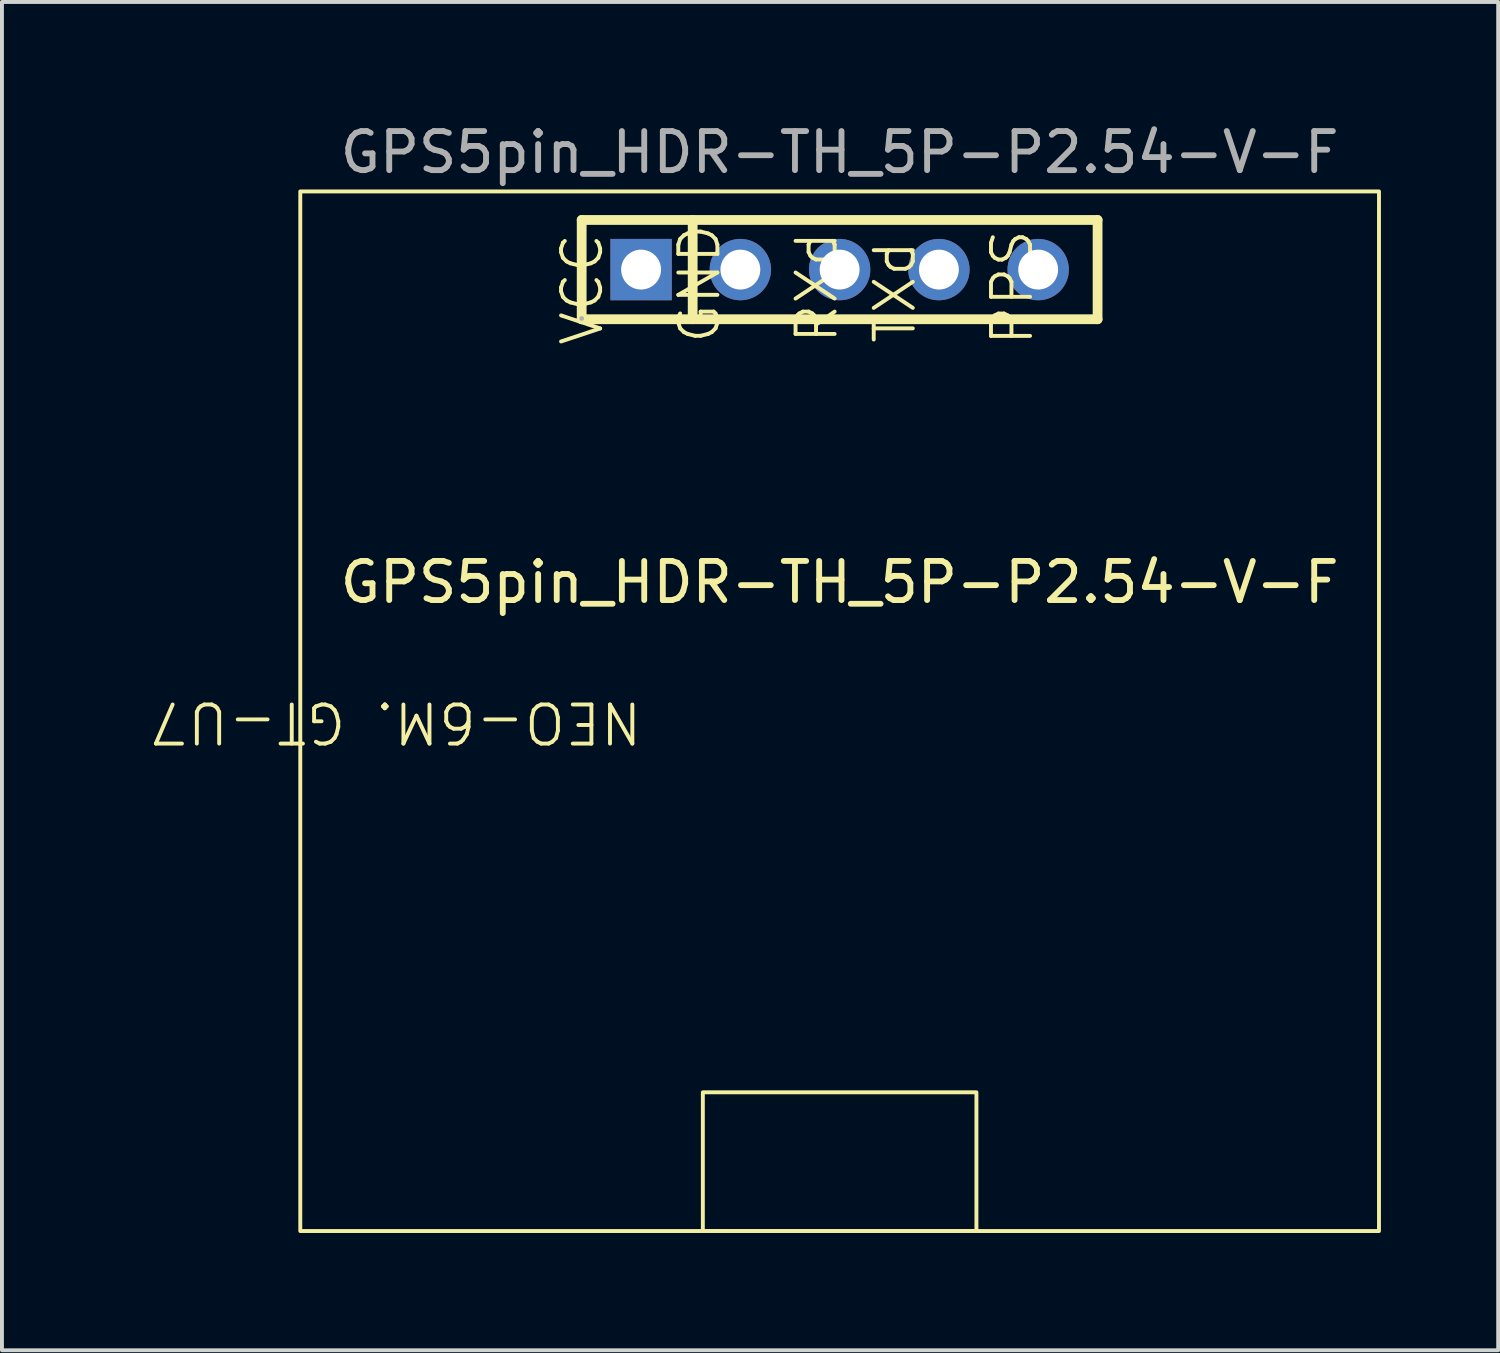
<source format=kicad_pcb>
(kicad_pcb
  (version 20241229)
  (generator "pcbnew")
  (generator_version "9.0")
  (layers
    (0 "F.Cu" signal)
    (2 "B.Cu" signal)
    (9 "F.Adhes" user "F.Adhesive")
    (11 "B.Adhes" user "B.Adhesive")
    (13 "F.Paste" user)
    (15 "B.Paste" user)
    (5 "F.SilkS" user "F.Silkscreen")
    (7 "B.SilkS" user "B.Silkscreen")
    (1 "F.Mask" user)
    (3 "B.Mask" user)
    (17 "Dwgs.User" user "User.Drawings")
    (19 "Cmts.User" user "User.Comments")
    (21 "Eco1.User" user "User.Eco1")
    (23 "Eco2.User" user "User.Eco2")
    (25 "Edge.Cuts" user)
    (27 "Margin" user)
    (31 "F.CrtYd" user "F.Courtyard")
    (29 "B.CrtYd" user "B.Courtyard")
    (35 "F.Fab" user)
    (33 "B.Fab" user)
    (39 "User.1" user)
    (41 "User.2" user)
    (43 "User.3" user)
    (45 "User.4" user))
  (footprint "GPS5pin_HDR-TH_5P-P2.54-V-F"
    (layer "F.Cu")
    (at 18.433 3.848)
    (property "Reference" "GPS5pin_HDR-TH_5P-P2.54-V-F" (at 0 8 0) (layer "F.SilkS") (effects (font (size 1 1) (thickness 0.15))))
    (attr through_hole)
    (fp_line (start -6.6 -1.27) (end -6.6 1.27) (stroke (width 0.25) (type solid)) (layer "F.SilkS"))
    (fp_line (start -6.6 1.27) (end 6.6 1.27) (stroke (width 0.25) (type solid)) (layer "F.SilkS"))
    (fp_line (start -3.76 -1.27) (end -3.76 1.27) (stroke (width 0.25) (type solid)) (layer "F.SilkS"))
    (fp_line (start 6.6 -1.27) (end -6.6 -1.27) (stroke (width 0.25) (type solid)) (layer "F.SilkS"))
    (fp_line (start 6.6 1.27) (end 6.6 -1.27) (stroke (width 0.25) (type solid)) (layer "F.SilkS"))
    (fp_rect (start -13.8 -2) (end 13.8 24.6) (stroke (width 0.1) (type solid)) (fill no) (layer "F.SilkS"))
    (fp_rect (start -3.5 21.05) (end 3.5 24.6) (stroke (width 0.1) (type default)) (fill no) (layer "F.SilkS"))
    (fp_circle (center -6.6 1.25) (end -6.57 1.25) (stroke (width 0.06) (type solid)) (fill no) (layer "F.Fab"))
    (fp_text user "VCC" (at -6 2 90) (unlocked yes) (layer "F.SilkS") (effects (font (size 1 1) (thickness 0.1)) (justify left bottom)))
    (fp_text user "RXd" (at 0 1.95 90) (unlocked yes) (layer "F.SilkS") (effects (font (size 1 1) (thickness 0.1)) (justify left bottom)))
    (fp_text user "PPS" (at 5 2 90) (unlocked yes) (layer "F.SilkS") (effects (font (size 1 1) (thickness 0.1)) (justify left bottom)))
    (fp_text user "GND" (at -3 1.95 90) (unlocked yes) (layer "F.SilkS") (effects (font (size 1 1) (thickness 0.1)) (justify left bottom)))
    (fp_text user "TXd" (at 2 1.95 90) (unlocked yes) (layer "F.SilkS") (effects (font (size 1 1) (thickness 0.1)) (justify left bottom)))
    (fp_text user "NEO-6M. GT-U7 " (at -5 11 180) (unlocked yes) (layer "F.SilkS") (effects (font (size 1 1) (thickness 0.1)) (justify left bottom)))
    (fp_text user "${REFERENCE}" (at 0 -3 0) (layer "F.Fab") (effects (font (size 1 1) (thickness 0.15))))
    (pad "1" thru_hole rect (at -5.08 0 180) (size 1.57 1.57) (drill 1.02) (layers "*.Cu" "*.Mask"))
    (pad "2" thru_hole circle (at -2.54 0 180) (size 1.57 1.57) (drill 1.02) (layers "*.Cu" "*.Mask"))
    (pad "3" thru_hole circle (at 0 0 180) (size 1.57 1.57) (drill 1.02) (layers "*.Cu" "*.Mask"))
    (pad "4" thru_hole circle (at 2.54 0 180) (size 1.57 1.57) (drill 1.02) (layers "*.Cu" "*.Mask"))
    (pad "5" thru_hole circle (at 5.08 0 180) (size 1.57 1.57) (drill 1.02) (layers "*.Cu" "*.Mask")))
  (gr_rect
    (start -3 -3)
    (end 35.283 31.498)
    (stroke (width 0.1) (type default))
    (fill no)
    (layer "Edge.Cuts")))
</source>
